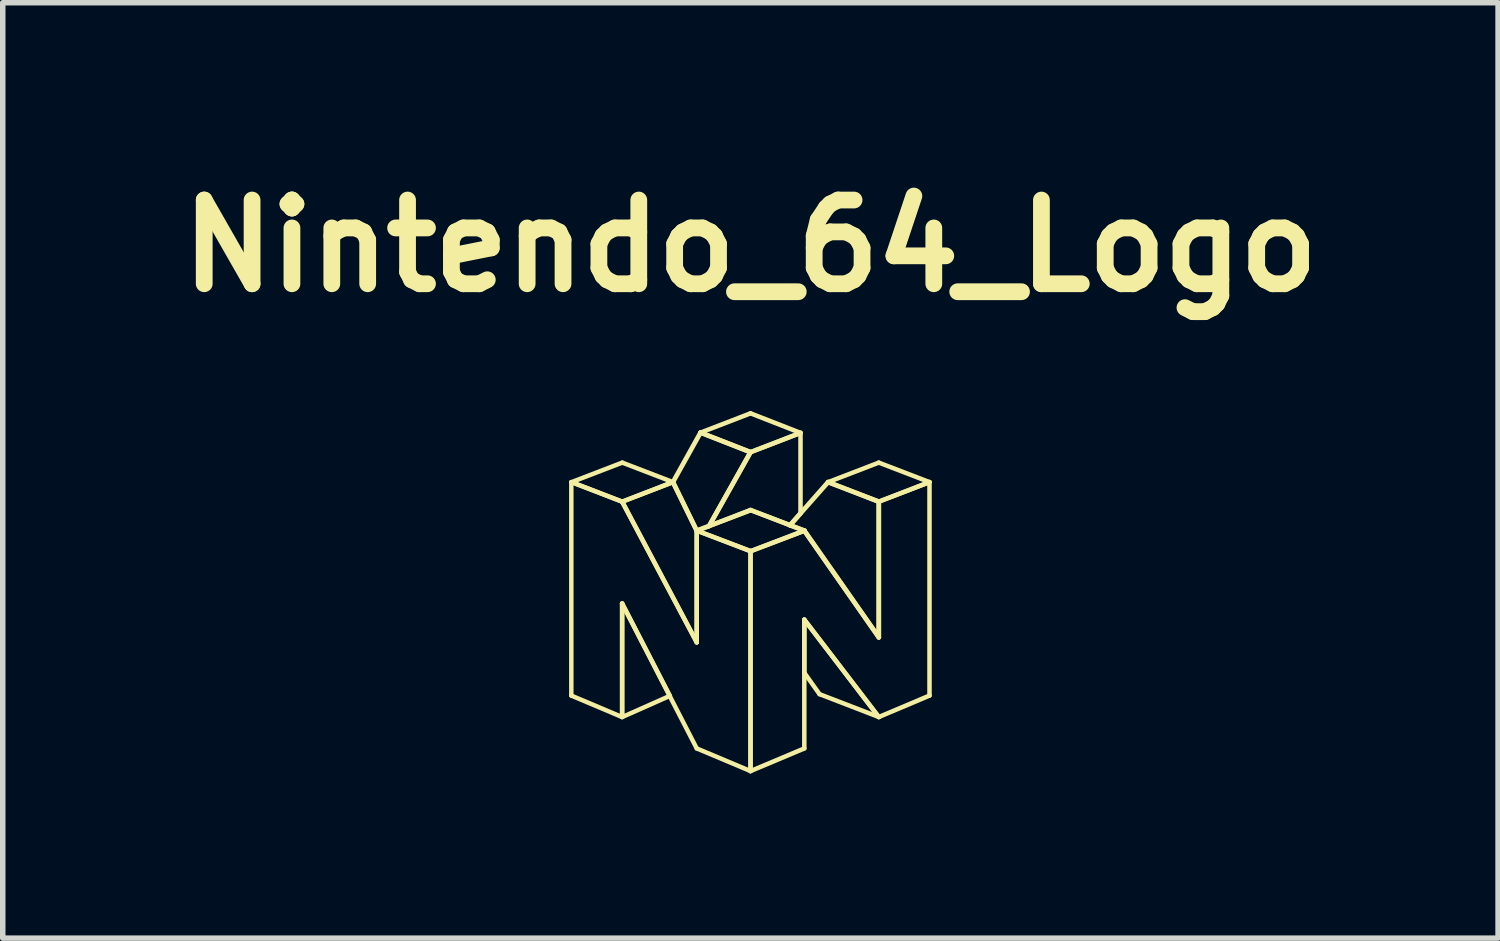
<source format=kicad_pcb>
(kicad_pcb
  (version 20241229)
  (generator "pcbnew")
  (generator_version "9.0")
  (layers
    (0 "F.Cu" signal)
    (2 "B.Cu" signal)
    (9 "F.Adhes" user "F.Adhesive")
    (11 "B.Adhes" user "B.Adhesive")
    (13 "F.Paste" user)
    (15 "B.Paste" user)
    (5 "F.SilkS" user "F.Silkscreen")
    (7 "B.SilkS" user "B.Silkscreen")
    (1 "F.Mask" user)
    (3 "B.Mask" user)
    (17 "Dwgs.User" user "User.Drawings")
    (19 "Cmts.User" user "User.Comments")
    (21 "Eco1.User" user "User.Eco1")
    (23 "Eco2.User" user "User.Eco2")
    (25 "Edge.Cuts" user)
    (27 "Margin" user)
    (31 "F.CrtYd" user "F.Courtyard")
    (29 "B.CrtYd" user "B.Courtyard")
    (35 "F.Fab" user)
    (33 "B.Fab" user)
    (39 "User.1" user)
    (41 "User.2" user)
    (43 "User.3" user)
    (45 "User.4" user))
  (footprint "Nintendo_64_Logo"
    (layer "F.Cu")
    (at 10.61 7.73)
    (property "Reference" "Nintendo_64_Logo" (at 0 -6.304 0) (layer "F.SilkS") (effects (font (size 1.524 1.524) (thickness 0.305))))
    (attr smd)
    (fp_line (start -3.26 -2.004) (end -3.26 1.882) (stroke (width 0.081) (type solid)) (layer "F.SilkS"))
    (fp_line (start -3.26 1.882) (end -2.337 2.272) (stroke (width 0.081) (type solid)) (layer "F.SilkS"))
    (fp_line (start -3.256 -2.004) (end -2.333 -2.359) (stroke (width 0.081) (type solid)) (layer "F.SilkS"))
    (fp_line (start -2.337 -1.648) (end -3.26 -2.004) (stroke (width 0.081) (type solid)) (layer "F.SilkS"))
    (fp_line (start -2.337 0.206) (end -0.977 2.844) (stroke (width 0.081) (type solid)) (layer "F.SilkS"))
    (fp_line (start -2.337 2.272) (end -2.337 0.206) (stroke (width 0.081) (type solid)) (layer "F.SilkS"))
    (fp_line (start -2.333 -2.359) (end -1.41 -2.004) (stroke (width 0.081) (type solid)) (layer "F.SilkS"))
    (fp_line (start -2.333 -1.648) (end -3.256 -2.004) (stroke (width 0.081) (type solid)) (layer "F.SilkS"))
    (fp_line (start -2.333 -1.648) (end -1.41 -2.004) (stroke (width 0.082) (type solid)) (layer "F.SilkS"))
    (fp_line (start -2.333 0.206) (end -2.333 2.272) (stroke (width 0.081) (type solid)) (layer "F.SilkS"))
    (fp_line (start -2.333 2.272) (end -1.466 1.887) (stroke (width 0.081) (type solid)) (layer "F.SilkS"))
    (fp_line (start -1.466 1.887) (end -2.333 0.206) (stroke (width 0.081) (type solid)) (layer "F.SilkS"))
    (fp_line (start -1.41 -2.004) (end -2.333 -1.648) (stroke (width 0.081) (type solid)) (layer "F.SilkS"))
    (fp_line (start -1.41 -2.004) (end -0.977 -1.12) (stroke (width 0.082) (type solid)) (layer "F.SilkS"))
    (fp_line (start -1.41 -2.004) (end -0.977 -1.12) (stroke (width 0.086) (type solid)) (layer "F.SilkS"))
    (fp_line (start -0.977 -1.12) (end -0.977 0.912) (stroke (width 0.081) (type solid)) (layer "F.SilkS"))
    (fp_line (start -0.977 -1.12) (end -0.977 0.912) (stroke (width 0.082) (type solid)) (layer "F.SilkS"))
    (fp_line (start -0.977 -1.12) (end -0.752 -1.206) (stroke (width 0.086) (type solid)) (layer "F.SilkS"))
    (fp_line (start -0.977 0.912) (end -2.337 -1.648) (stroke (width 0.081) (type solid)) (layer "F.SilkS"))
    (fp_line (start -0.977 0.912) (end -2.333 -1.648) (stroke (width 0.082) (type solid)) (layer "F.SilkS"))
    (fp_line (start -0.977 2.844) (end 0.002 3.256) (stroke (width 0.081) (type solid)) (layer "F.SilkS"))
    (fp_line (start -0.973 -1.12) (end 0.006 -1.492) (stroke (width 0.082) (type solid)) (layer "F.SilkS"))
    (fp_line (start -0.908 -2.905) (end -1.41 -2.004) (stroke (width 0.086) (type solid)) (layer "F.SilkS"))
    (fp_line (start -0.908 -2.905) (end 0.002 -2.549) (stroke (width 0.082) (type solid)) (layer "F.SilkS"))
    (fp_line (start -0.752 -1.206) (end 0.002 -2.549) (stroke (width 0.086) (type solid)) (layer "F.SilkS"))
    (fp_line (start -0.752 -1.206) (end 0.002 -1.497) (stroke (width 0.082) (type solid)) (layer "F.SilkS"))
    (fp_line (start 0.002 -3.256) (end -0.908 -2.905) (stroke (width 0.082) (type solid)) (layer "F.SilkS"))
    (fp_line (start 0.002 -2.549) (end -0.908 -2.905) (stroke (width 0.086) (type solid)) (layer "F.SilkS"))
    (fp_line (start 0.002 -2.549) (end -0.752 -1.206) (stroke (width 0.082) (type solid)) (layer "F.SilkS"))
    (fp_line (start 0.002 -2.549) (end 0.912 -2.9) (stroke (width 0.082) (type solid)) (layer "F.SilkS"))
    (fp_line (start 0.002 -1.497) (end 0.721 -1.219) (stroke (width 0.082) (type solid)) (layer "F.SilkS"))
    (fp_line (start 0.002 -0.747) (end -0.977 -1.12) (stroke (width 0.081) (type solid)) (layer "F.SilkS"))
    (fp_line (start 0.002 -0.747) (end 0.981 -1.12) (stroke (width 0.082) (type solid)) (layer "F.SilkS"))
    (fp_line (start 0.002 3.256) (end 0.002 -0.747) (stroke (width 0.081) (type solid)) (layer "F.SilkS"))
    (fp_line (start 0.002 3.256) (end 0.002 -0.747) (stroke (width 0.082) (type solid)) (layer "F.SilkS"))
    (fp_line (start 0.006 -1.492) (end 0.986 -1.12) (stroke (width 0.082) (type solid)) (layer "F.SilkS"))
    (fp_line (start 0.006 -0.747) (end -0.973 -1.12) (stroke (width 0.082) (type solid)) (layer "F.SilkS"))
    (fp_line (start 0.721 -1.219) (end 0.912 -1.436) (stroke (width 0.082) (type solid)) (layer "F.SilkS"))
    (fp_line (start 0.721 -1.219) (end 1.414 -2.004) (stroke (width 0.086) (type solid)) (layer "F.SilkS"))
    (fp_line (start 0.912 -2.9) (end 0.002 -3.256) (stroke (width 0.082) (type solid)) (layer "F.SilkS"))
    (fp_line (start 0.912 -2.9) (end 0.002 -2.549) (stroke (width 0.082) (type solid)) (layer "F.SilkS"))
    (fp_line (start 0.912 -1.436) (end 0.912 -2.9) (stroke (width 0.082) (type solid)) (layer "F.SilkS"))
    (fp_line (start 0.981 -1.12) (end 0.721 -1.219) (stroke (width 0.086) (type solid)) (layer "F.SilkS"))
    (fp_line (start 0.981 -1.12) (end 2.337 0.821) (stroke (width 0.082) (type solid)) (layer "F.SilkS"))
    (fp_line (start 0.981 0.5) (end 0.981 1.466) (stroke (width 0.081) (type solid)) (layer "F.SilkS"))
    (fp_line (start 0.981 0.5) (end 0.981 2.844) (stroke (width 0.082) (type solid)) (layer "F.SilkS"))
    (fp_line (start 0.981 1.466) (end 1.258 1.856) (stroke (width 0.081) (type solid)) (layer "F.SilkS"))
    (fp_line (start 0.981 2.844) (end 0.002 3.256) (stroke (width 0.082) (type solid)) (layer "F.SilkS"))
    (fp_line (start 0.986 -1.12) (end 0.006 -0.747) (stroke (width 0.082) (type solid)) (layer "F.SilkS"))
    (fp_line (start 1.258 1.856) (end 2.337 2.272) (stroke (width 0.081) (type solid)) (layer "F.SilkS"))
    (fp_line (start 1.414 -2.004) (end 2.337 -2.359) (stroke (width 0.081) (type solid)) (layer "F.SilkS"))
    (fp_line (start 1.414 -2.004) (end 2.337 -1.648) (stroke (width 0.086) (type solid)) (layer "F.SilkS"))
    (fp_line (start 2.337 -2.359) (end 3.26 -2.004) (stroke (width 0.081) (type solid)) (layer "F.SilkS"))
    (fp_line (start 2.337 -1.648) (end 1.414 -2.004) (stroke (width 0.081) (type solid)) (layer "F.SilkS"))
    (fp_line (start 2.337 -1.648) (end 2.337 0.821) (stroke (width 0.086) (type solid)) (layer "F.SilkS"))
    (fp_line (start 2.337 -1.648) (end 3.26 -2.004) (stroke (width 0.082) (type solid)) (layer "F.SilkS"))
    (fp_line (start 2.337 0.821) (end 0.981 -1.12) (stroke (width 0.086) (type solid)) (layer "F.SilkS"))
    (fp_line (start 2.337 0.821) (end 2.337 -1.648) (stroke (width 0.082) (type solid)) (layer "F.SilkS"))
    (fp_line (start 2.337 2.272) (end 0.981 0.5) (stroke (width 0.081) (type solid)) (layer "F.SilkS"))
    (fp_line (start 2.337 2.272) (end 0.981 0.5) (stroke (width 0.082) (type solid)) (layer "F.SilkS"))
    (fp_line (start 3.26 -2.004) (end 2.337 -1.648) (stroke (width 0.081) (type solid)) (layer "F.SilkS"))
    (fp_line (start 3.26 -2.004) (end 3.26 1.882) (stroke (width 0.082) (type solid)) (layer "F.SilkS"))
    (fp_line (start 3.26 1.882) (end 2.337 2.272) (stroke (width 0.082) (type solid)) (layer "F.SilkS")))
  (gr_rect
    (start -3 -3)
    (end 24.22 14.027)
    (stroke (width 0.1) (type default))
    (fill no)
    (layer "Edge.Cuts")))
</source>
